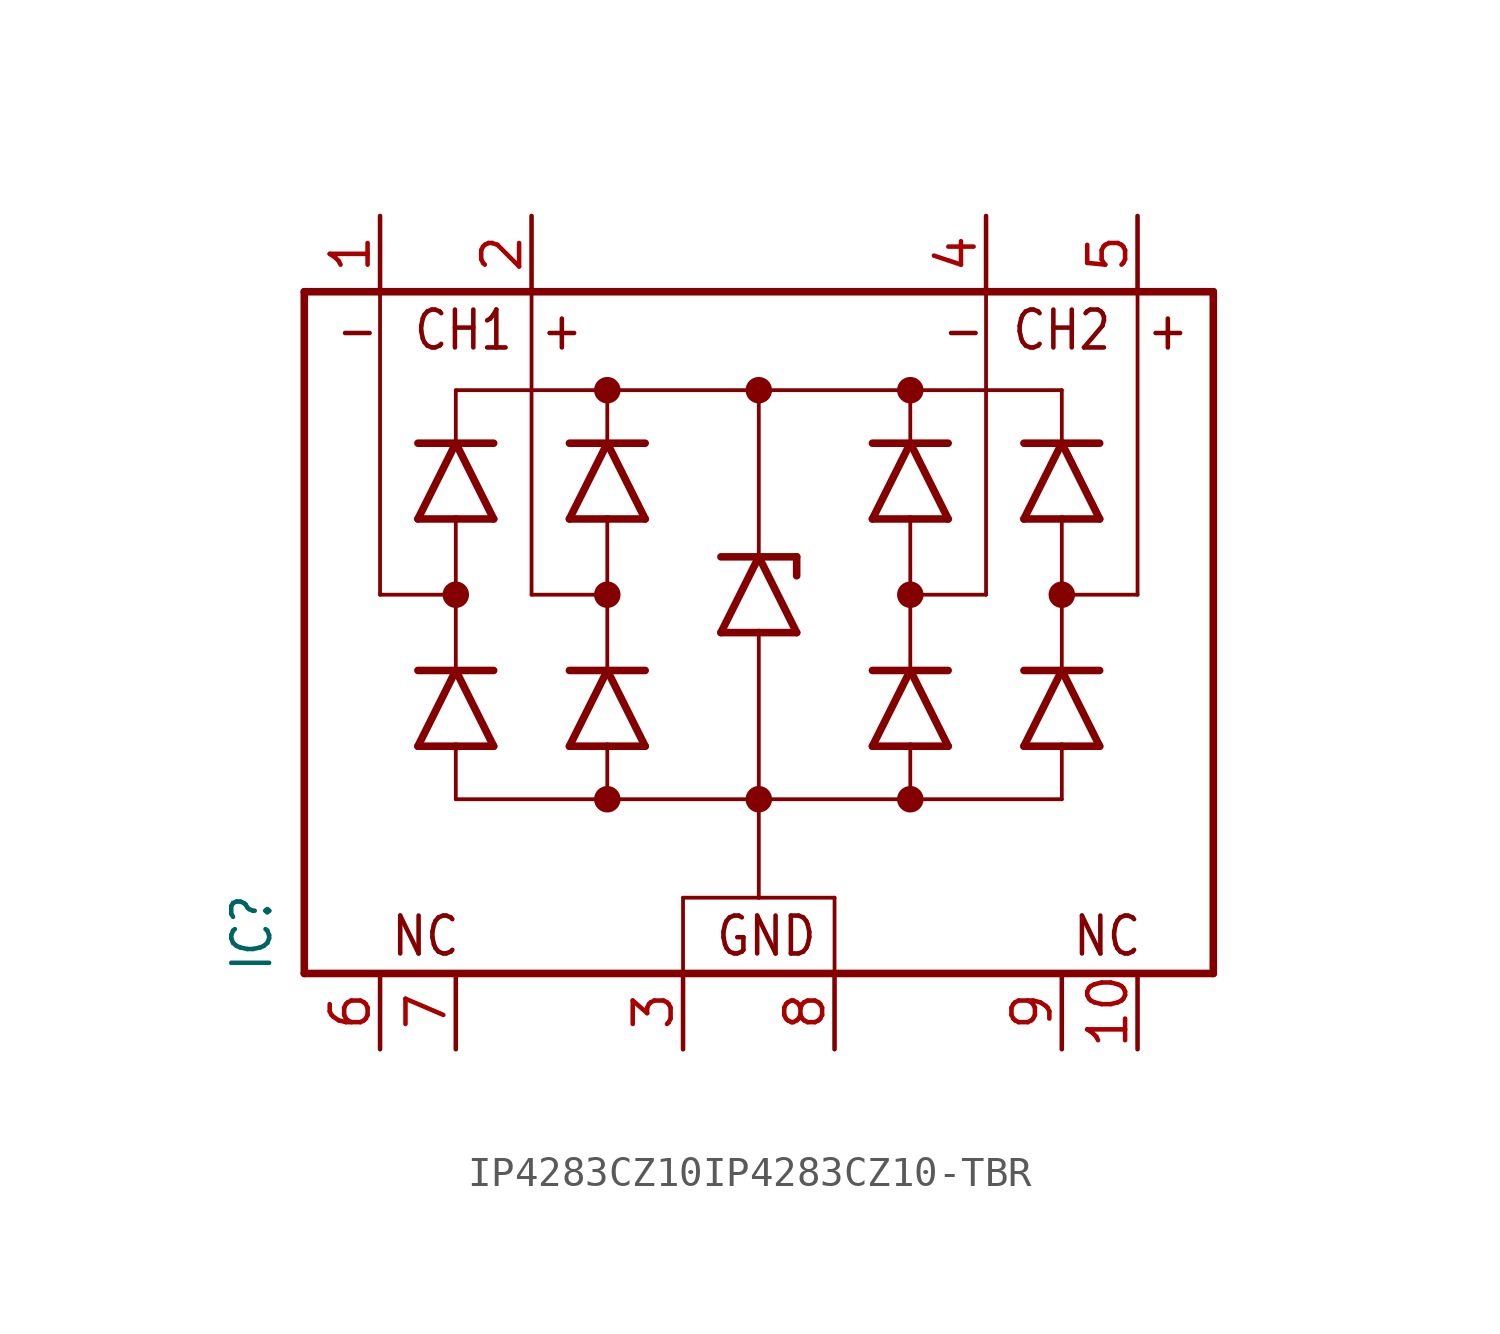
<source format=kicad_sym>
(kicad_symbol_lib
  (version 20231120)
  (generator "kicad_symbol_editor")
  (generator_version "8.0")
  (symbol "IP4283CZ10IP4283CZ10-TBR"
    (property "Reference" "IC"
      (at -16.256 -12.7 90)
      (effects (font (size 1.27 1.079)) (justify left bottom)))
    (property "Value" ""
      (at 17.272 -12.7 90)
      (effects (font (size 1.27 1.079)) (justify left bottom)))
    (property "ki_locked" ""
      (at 0 0 0)
      (effects (font (size 1.27 1.27))))
    (symbol "IP4283CZ10IP4283CZ10-TBR_1_0"
      (circle (center -10.16 0) (radius 0.254) (stroke (width 0.381) (type solid)) (fill (type none)))
      (circle (center -5.08 -6.858) (radius 0.254) (stroke (width 0.381) (type solid)) (fill (type none)))
      (circle (center -5.08 0) (radius 0.254) (stroke (width 0.381) (type solid)) (fill (type none)))
      (circle (center -5.08 6.858) (radius 0.254) (stroke (width 0.381) (type solid)) (fill (type none)))
      (circle (center 0 -6.858) (radius 0.254) (stroke (width 0.381) (type solid)) (fill (type none)))
      (polyline (pts (xy -15.24 -12.7) (xy -15.24 10.16)) (stroke (width 0.254) (type solid)) (fill (type none)))
      (polyline (pts (xy -15.24 10.16) (xy -12.7 10.16)) (stroke (width 0.254) (type solid)) (fill (type none)))
      (polyline (pts (xy -12.7 0) (xy -10.16 0)) (stroke (width 0.127) (type solid)) (fill (type none)))
      (polyline (pts (xy -12.7 10.16) (xy -12.7 0)) (stroke (width 0.127) (type solid)) (fill (type none)))
      (polyline (pts (xy -12.7 10.16) (xy -7.62 10.16)) (stroke (width 0.254) (type solid)) (fill (type none)))
      (polyline (pts (xy -11.43 -5.08) (xy -10.16 -5.08)) (stroke (width 0.254) (type solid)) (fill (type none)))
      (polyline (pts (xy -11.43 -2.54) (xy -10.16 -2.54)) (stroke (width 0.254) (type solid)) (fill (type none)))
      (polyline (pts (xy -11.43 2.54) (xy -10.16 2.54)) (stroke (width 0.254) (type solid)) (fill (type none)))
      (polyline (pts (xy -11.43 5.08) (xy -10.16 5.08)) (stroke (width 0.254) (type solid)) (fill (type none)))
      (polyline (pts (xy -10.16 -6.858) (xy -5.08 -6.858)) (stroke (width 0.127) (type solid)) (fill (type none)))
      (polyline (pts (xy -10.16 -5.08) (xy -10.16 -6.858)) (stroke (width 0.127) (type solid)) (fill (type none)))
      (polyline (pts (xy -10.16 -5.08) (xy -8.89 -5.08)) (stroke (width 0.254) (type solid)) (fill (type none)))
      (polyline (pts (xy -10.16 -2.54) (xy -11.43 -5.08)) (stroke (width 0.254) (type solid)) (fill (type none)))
      (polyline (pts (xy -10.16 -2.54) (xy -10.16 0)) (stroke (width 0.127) (type solid)) (fill (type none)))
      (polyline (pts (xy -10.16 -2.54) (xy -8.89 -2.54)) (stroke (width 0.254) (type solid)) (fill (type none)))
      (polyline (pts (xy -10.16 0) (xy -10.16 2.54)) (stroke (width 0.127) (type solid)) (fill (type none)))
      (polyline (pts (xy -10.16 2.54) (xy -8.89 2.54)) (stroke (width 0.254) (type solid)) (fill (type none)))
      (polyline (pts (xy -10.16 5.08) (xy -11.43 2.54)) (stroke (width 0.254) (type solid)) (fill (type none)))
      (polyline (pts (xy -10.16 5.08) (xy -8.89 5.08)) (stroke (width 0.254) (type solid)) (fill (type none)))
      (polyline (pts (xy -10.16 6.858) (xy -10.16 5.08)) (stroke (width 0.127) (type solid)) (fill (type none)))
      (polyline (pts (xy -8.89 -5.08) (xy -10.16 -2.54)) (stroke (width 0.254) (type solid)) (fill (type none)))
      (polyline (pts (xy -8.89 2.54) (xy -10.16 5.08)) (stroke (width 0.254) (type solid)) (fill (type none)))
      (polyline (pts (xy -7.62 0) (xy -5.08 0)) (stroke (width 0.127) (type solid)) (fill (type none)))
      (polyline (pts (xy -7.62 10.16) (xy -7.62 0)) (stroke (width 0.127) (type solid)) (fill (type none)))
      (polyline (pts (xy -7.62 10.16) (xy 7.62 10.16)) (stroke (width 0.254) (type solid)) (fill (type none)))
      (polyline (pts (xy -6.35 -5.08) (xy -5.08 -5.08)) (stroke (width 0.254) (type solid)) (fill (type none)))
      (polyline (pts (xy -6.35 -2.54) (xy -5.08 -2.54)) (stroke (width 0.254) (type solid)) (fill (type none)))
      (polyline (pts (xy -6.35 2.54) (xy -5.08 2.54)) (stroke (width 0.254) (type solid)) (fill (type none)))
      (polyline (pts (xy -6.35 5.08) (xy -5.08 5.08)) (stroke (width 0.254) (type solid)) (fill (type none)))
      (polyline (pts (xy -5.08 -6.858) (xy 0 -6.858)) (stroke (width 0.127) (type solid)) (fill (type none)))
      (polyline (pts (xy -5.08 -5.08) (xy -5.08 -6.858)) (stroke (width 0.127) (type solid)) (fill (type none)))
      (polyline (pts (xy -5.08 -5.08) (xy -3.81 -5.08)) (stroke (width 0.254) (type solid)) (fill (type none)))
      (polyline (pts (xy -5.08 -2.54) (xy -6.35 -5.08)) (stroke (width 0.254) (type solid)) (fill (type none)))
      (polyline (pts (xy -5.08 -2.54) (xy -5.08 0)) (stroke (width 0.127) (type solid)) (fill (type none)))
      (polyline (pts (xy -5.08 -2.54) (xy -3.81 -2.54)) (stroke (width 0.254) (type solid)) (fill (type none)))
      (polyline (pts (xy -5.08 0) (xy -5.08 2.54)) (stroke (width 0.127) (type solid)) (fill (type none)))
      (polyline (pts (xy -5.08 2.54) (xy -3.81 2.54)) (stroke (width 0.254) (type solid)) (fill (type none)))
      (polyline (pts (xy -5.08 5.08) (xy -6.35 2.54)) (stroke (width 0.254) (type solid)) (fill (type none)))
      (polyline (pts (xy -5.08 5.08) (xy -5.08 6.858)) (stroke (width 0.127) (type solid)) (fill (type none)))
      (polyline (pts (xy -5.08 5.08) (xy -3.81 5.08)) (stroke (width 0.254) (type solid)) (fill (type none)))
      (polyline (pts (xy -5.08 6.858) (xy -10.16 6.858)) (stroke (width 0.127) (type solid)) (fill (type none)))
      (polyline (pts (xy -3.81 -5.08) (xy -5.08 -2.54)) (stroke (width 0.254) (type solid)) (fill (type none)))
      (polyline (pts (xy -3.81 2.54) (xy -5.08 5.08)) (stroke (width 0.254) (type solid)) (fill (type none)))
      (polyline (pts (xy -2.54 -12.7) (xy -15.24 -12.7)) (stroke (width 0.254) (type solid)) (fill (type none)))
      (polyline (pts (xy -2.54 -12.7) (xy -2.54 -10.16)) (stroke (width 0.127) (type solid)) (fill (type none)))
      (polyline (pts (xy -2.54 -10.16) (xy 0 -10.16)) (stroke (width 0.127) (type solid)) (fill (type none)))
      (polyline (pts (xy -1.27 -1.27) (xy 0 -1.27)) (stroke (width 0.254) (type solid)) (fill (type none)))
      (polyline (pts (xy -1.27 1.27) (xy 0 1.27)) (stroke (width 0.254) (type solid)) (fill (type none)))
      (polyline (pts (xy 0 -10.16) (xy 2.54 -10.16)) (stroke (width 0.127) (type solid)) (fill (type none)))
      (polyline (pts (xy 0 -6.858) (xy 0 -10.16)) (stroke (width 0.127) (type solid)) (fill (type none)))
      (polyline (pts (xy 0 -6.858) (xy 5.08 -6.858)) (stroke (width 0.127) (type solid)) (fill (type none)))
      (polyline (pts (xy 0 -1.27) (xy 0 -6.858)) (stroke (width 0.127) (type solid)) (fill (type none)))
      (polyline (pts (xy 0 -1.27) (xy 1.27 -1.27)) (stroke (width 0.254) (type solid)) (fill (type none)))
      (polyline (pts (xy 0 1.27) (xy -1.27 -1.27)) (stroke (width 0.254) (type solid)) (fill (type none)))
      (polyline (pts (xy 0 1.27) (xy 0 6.858)) (stroke (width 0.127) (type solid)) (fill (type none)))
      (polyline (pts (xy 0 1.27) (xy 1.27 1.27)) (stroke (width 0.254) (type solid)) (fill (type none)))
      (polyline (pts (xy 0 6.858) (xy -5.08 6.858)) (stroke (width 0.127) (type solid)) (fill (type none)))
      (polyline (pts (xy 0 6.858) (xy 5.08 6.858)) (stroke (width 0.127) (type solid)) (fill (type none)))
      (polyline (pts (xy 1.27 -1.27) (xy 0 1.27)) (stroke (width 0.254) (type solid)) (fill (type none)))
      (polyline (pts (xy 1.27 1.27) (xy 1.27 0.635)) (stroke (width 0.254) (type solid)) (fill (type none)))
      (polyline (pts (xy 2.54 -12.7) (xy -2.54 -12.7)) (stroke (width 0.254) (type solid)) (fill (type none)))
      (polyline (pts (xy 2.54 -10.16) (xy 2.54 -12.7)) (stroke (width 0.127) (type solid)) (fill (type none)))
      (polyline (pts (xy 3.81 -5.08) (xy 5.08 -5.08)) (stroke (width 0.254) (type solid)) (fill (type none)))
      (polyline (pts (xy 3.81 -2.54) (xy 5.08 -2.54)) (stroke (width 0.254) (type solid)) (fill (type none)))
      (polyline (pts (xy 3.81 2.54) (xy 5.08 2.54)) (stroke (width 0.254) (type solid)) (fill (type none)))
      (polyline (pts (xy 3.81 5.08) (xy 5.08 5.08)) (stroke (width 0.254) (type solid)) (fill (type none)))
      (polyline (pts (xy 5.08 -6.858) (xy 10.16 -6.858)) (stroke (width 0.127) (type solid)) (fill (type none)))
      (polyline (pts (xy 5.08 -5.08) (xy 5.08 -6.858)) (stroke (width 0.127) (type solid)) (fill (type none)))
      (polyline (pts (xy 5.08 -5.08) (xy 6.35 -5.08)) (stroke (width 0.254) (type solid)) (fill (type none)))
      (polyline (pts (xy 5.08 -2.54) (xy 3.81 -5.08)) (stroke (width 0.254) (type solid)) (fill (type none)))
      (polyline (pts (xy 5.08 -2.54) (xy 5.08 0)) (stroke (width 0.127) (type solid)) (fill (type none)))
      (polyline (pts (xy 5.08 -2.54) (xy 6.35 -2.54)) (stroke (width 0.254) (type solid)) (fill (type none)))
      (polyline (pts (xy 5.08 0) (xy 5.08 2.54)) (stroke (width 0.127) (type solid)) (fill (type none)))
      (polyline (pts (xy 5.08 2.54) (xy 6.35 2.54)) (stroke (width 0.254) (type solid)) (fill (type none)))
      (polyline (pts (xy 5.08 5.08) (xy 3.81 2.54)) (stroke (width 0.254) (type solid)) (fill (type none)))
      (polyline (pts (xy 5.08 5.08) (xy 6.35 5.08)) (stroke (width 0.254) (type solid)) (fill (type none)))
      (polyline (pts (xy 5.08 6.858) (xy 5.08 5.08)) (stroke (width 0.127) (type solid)) (fill (type none)))
      (polyline (pts (xy 5.08 6.858) (xy 10.16 6.858)) (stroke (width 0.127) (type solid)) (fill (type none)))
      (polyline (pts (xy 6.35 -5.08) (xy 5.08 -2.54)) (stroke (width 0.254) (type solid)) (fill (type none)))
      (polyline (pts (xy 6.35 2.54) (xy 5.08 5.08)) (stroke (width 0.254) (type solid)) (fill (type none)))
      (polyline (pts (xy 7.62 0) (xy 5.08 0)) (stroke (width 0.127) (type solid)) (fill (type none)))
      (polyline (pts (xy 7.62 10.16) (xy 7.62 0)) (stroke (width 0.127) (type solid)) (fill (type none)))
      (polyline (pts (xy 7.62 10.16) (xy 12.7 10.16)) (stroke (width 0.254) (type solid)) (fill (type none)))
      (polyline (pts (xy 8.89 -5.08) (xy 10.16 -5.08)) (stroke (width 0.254) (type solid)) (fill (type none)))
      (polyline (pts (xy 8.89 -2.54) (xy 10.16 -2.54)) (stroke (width 0.254) (type solid)) (fill (type none)))
      (polyline (pts (xy 8.89 2.54) (xy 10.16 2.54)) (stroke (width 0.254) (type solid)) (fill (type none)))
      (polyline (pts (xy 8.89 5.08) (xy 10.16 5.08)) (stroke (width 0.254) (type solid)) (fill (type none)))
      (polyline (pts (xy 10.16 -6.858) (xy 10.16 -5.08)) (stroke (width 0.127) (type solid)) (fill (type none)))
      (polyline (pts (xy 10.16 -5.08) (xy 11.43 -5.08)) (stroke (width 0.254) (type solid)) (fill (type none)))
      (polyline (pts (xy 10.16 -2.54) (xy 8.89 -5.08)) (stroke (width 0.254) (type solid)) (fill (type none)))
      (polyline (pts (xy 10.16 -2.54) (xy 10.16 0)) (stroke (width 0.127) (type solid)) (fill (type none)))
      (polyline (pts (xy 10.16 -2.54) (xy 11.43 -2.54)) (stroke (width 0.254) (type solid)) (fill (type none)))
      (polyline (pts (xy 10.16 0) (xy 10.16 2.54)) (stroke (width 0.127) (type solid)) (fill (type none)))
      (polyline (pts (xy 10.16 2.54) (xy 11.43 2.54)) (stroke (width 0.254) (type solid)) (fill (type none)))
      (polyline (pts (xy 10.16 5.08) (xy 8.89 2.54)) (stroke (width 0.254) (type solid)) (fill (type none)))
      (polyline (pts (xy 10.16 5.08) (xy 11.43 5.08)) (stroke (width 0.254) (type solid)) (fill (type none)))
      (polyline (pts (xy 10.16 6.858) (xy 10.16 5.08)) (stroke (width 0.127) (type solid)) (fill (type none)))
      (polyline (pts (xy 11.43 -5.08) (xy 10.16 -2.54)) (stroke (width 0.254) (type solid)) (fill (type none)))
      (polyline (pts (xy 11.43 2.54) (xy 10.16 5.08)) (stroke (width 0.254) (type solid)) (fill (type none)))
      (polyline (pts (xy 12.7 0) (xy 10.16 0)) (stroke (width 0.127) (type solid)) (fill (type none)))
      (polyline (pts (xy 12.7 10.16) (xy 12.7 0)) (stroke (width 0.127) (type solid)) (fill (type none)))
      (polyline (pts (xy 12.7 10.16) (xy 15.24 10.16)) (stroke (width 0.254) (type solid)) (fill (type none)))
      (polyline (pts (xy 15.24 -12.7) (xy 2.54 -12.7)) (stroke (width 0.254) (type solid)) (fill (type none)))
      (polyline (pts (xy 15.24 10.16) (xy 15.24 -12.7)) (stroke (width 0.254) (type solid)) (fill (type none)))
      (circle (center 0 6.858) (radius 0.254) (stroke (width 0.381) (type solid)) (fill (type none)))
      (circle (center 5.08 -6.858) (radius 0.254) (stroke (width 0.381) (type solid)) (fill (type none)))
      (circle (center 5.08 0) (radius 0.254) (stroke (width 0.381) (type solid)) (fill (type none)))
      (circle (center 5.08 6.858) (radius 0.254) (stroke (width 0.381) (type solid)) (fill (type none)))
      (circle (center 10.16 0) (radius 0.254) (stroke (width 0.381) (type solid)) (fill (type none)))
      (text "+" (at -6.604 8.128 0) (effects (font (size 1.27 1.079)) (justify bottom)))
      (text "+" (at 13.716 8.128 0) (effects (font (size 1.27 1.079)) (justify bottom)))
      (text "-" (at -13.462 8.128 0) (effects (font (size 1.27 1.079)) (justify bottom)))
      (text "-" (at 6.858 8.128 0) (effects (font (size 1.27 1.079)) (justify bottom)))
      (text "CH1" (at -9.906 8.128 0) (effects (font (size 1.27 1.079)) (justify bottom)))
      (text "CH2" (at 10.16 8.128 0) (effects (font (size 1.27 1.079)) (justify bottom)))
      (text "GND" (at 0.254 -12.192 0) (effects (font (size 1.27 1.079)) (justify bottom)))
      (text "NC" (at -11.176 -12.192 0) (effects (font (size 1.27 1.079)) (justify bottom)))
      (text "NC" (at 11.684 -12.192 0) (effects (font (size 1.27 1.079)) (justify bottom)))
      (pin bidirectional line (at -12.7 12.7 270) (length 2.54) (name "TMDS.CH1-" (effects (font (size 0 0)))) (number "1" (effects (font (size 1.27 1.27)))))
      (pin bidirectional line (at 12.7 -15.24 90) (length 2.54) (name "NC4" (effects (font (size 0 0)))) (number "10" (effects (font (size 1.27 1.27)))))
      (pin bidirectional line (at -7.62 12.7 270) (length 2.54) (name "TMDS.CH1+" (effects (font (size 0 0)))) (number "2" (effects (font (size 1.27 1.27)))))
      (pin bidirectional line (at -2.54 -15.24 90) (length 2.54) (name "GND1" (effects (font (size 0 0)))) (number "3" (effects (font (size 1.27 1.27)))))
      (pin bidirectional line (at 7.62 12.7 270) (length 2.54) (name "TMDS.CH2-" (effects (font (size 0 0)))) (number "4" (effects (font (size 1.27 1.27)))))
      (pin bidirectional line (at 12.7 12.7 270) (length 2.54) (name "TMDS.CH2+" (effects (font (size 0 0)))) (number "5" (effects (font (size 1.27 1.27)))))
      (pin bidirectional line (at -12.7 -15.24 90) (length 2.54) (name "NC1" (effects (font (size 0 0)))) (number "6" (effects (font (size 1.27 1.27)))))
      (pin bidirectional line (at -10.16 -15.24 90) (length 2.54) (name "NC2" (effects (font (size 0 0)))) (number "7" (effects (font (size 1.27 1.27)))))
      (pin bidirectional line (at 2.54 -15.24 90) (length 2.54) (name "GND2" (effects (font (size 0 0)))) (number "8" (effects (font (size 1.27 1.27)))))
      (pin bidirectional line (at 10.16 -15.24 90) (length 2.54) (name "NC3" (effects (font (size 0 0)))) (number "9" (effects (font (size 1.27 1.27))))))))
</source>
